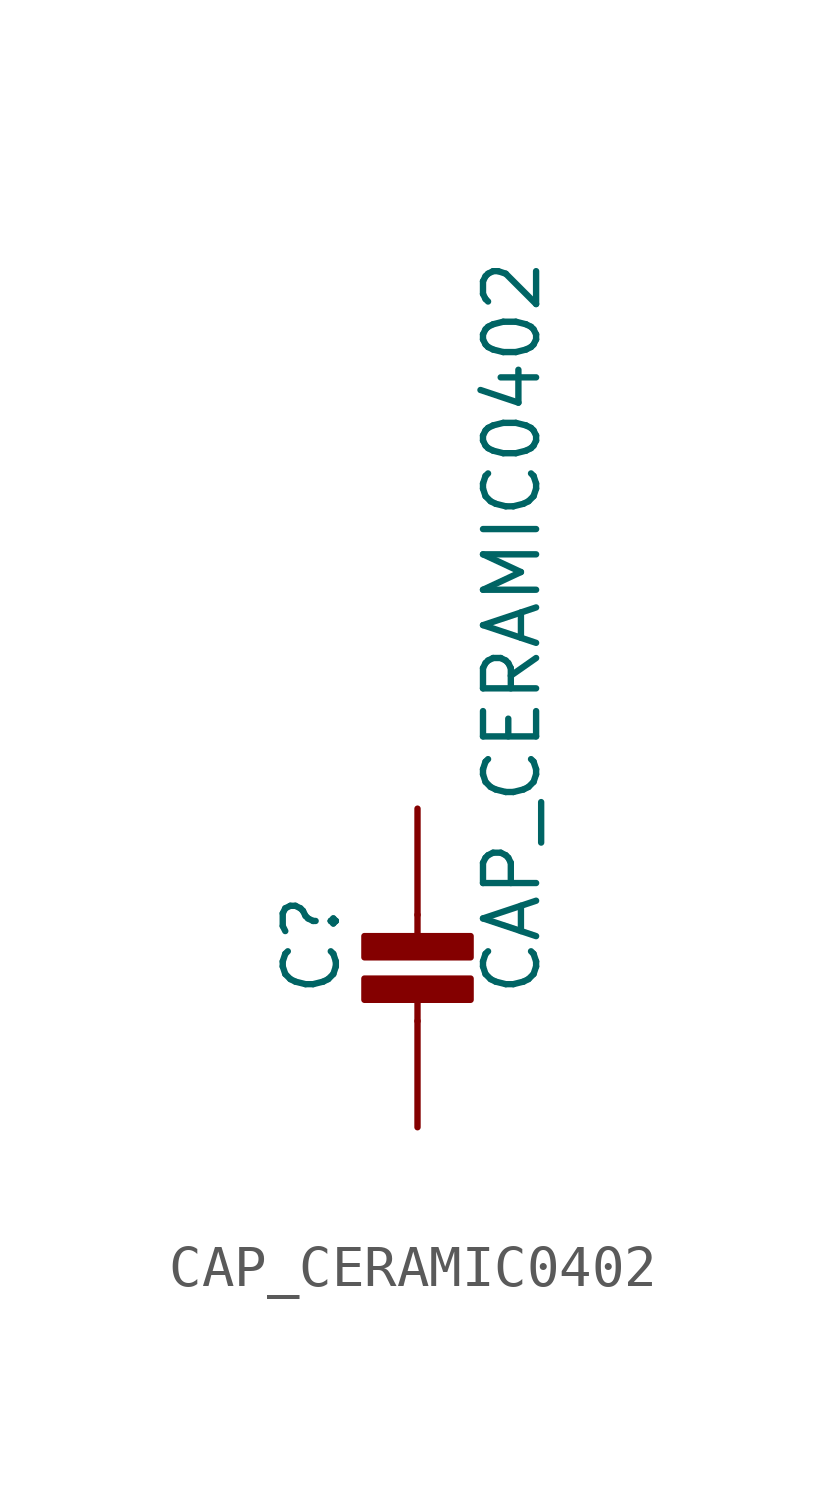
<source format=kicad_sym>
(kicad_symbol_lib
  (version 20211014)
  (generator kicad_symbol_editor)
  (symbol "CAP_CERAMIC0402"
    (property "Reference" "C"
      (at -1.79 0.54 90)
      (effects (font (size 1.27 1.27)) (justify left bottom)))
    (property "Value" "CAP_CERAMIC0402"
      (at 3 0.54 90)
      (effects (font (size 1.27 1.27)) (justify left bottom)))
    (property "ki_locked" ""
      (at 0 0 0)
      (effects (font (size 1.27 1.27))))
    (symbol "CAP_CERAMIC0402_1_0"
      (rectangle (start -1.27 0.508) (end 1.27 1.016) (stroke (width 0) (type default) (color 0 0 0 0)) (fill (type outline)))
      (rectangle (start -1.27 1.524) (end 1.27 2.032) (stroke (width 0) (type default) (color 0 0 0 0)) (fill (type outline)))
      (polyline (pts (xy 0 0.762) (xy 0 0)) (stroke (width 0.152) (type default) (color 0 0 0 0)) (fill (type none)))
      (polyline (pts (xy 0 2.54) (xy 0 1.778)) (stroke (width 0.152) (type default) (color 0 0 0 0)) (fill (type none)))
      (pin passive line (at 0 5.08 270) (length 2.54) (name "1" (effects (font (size 0 0)))) (number "1" (effects (font (size 0 0)))))
      (pin passive line (at 0 -2.54 90) (length 2.54) (name "2" (effects (font (size 0 0)))) (number "2" (effects (font (size 0 0))))))))
</source>
